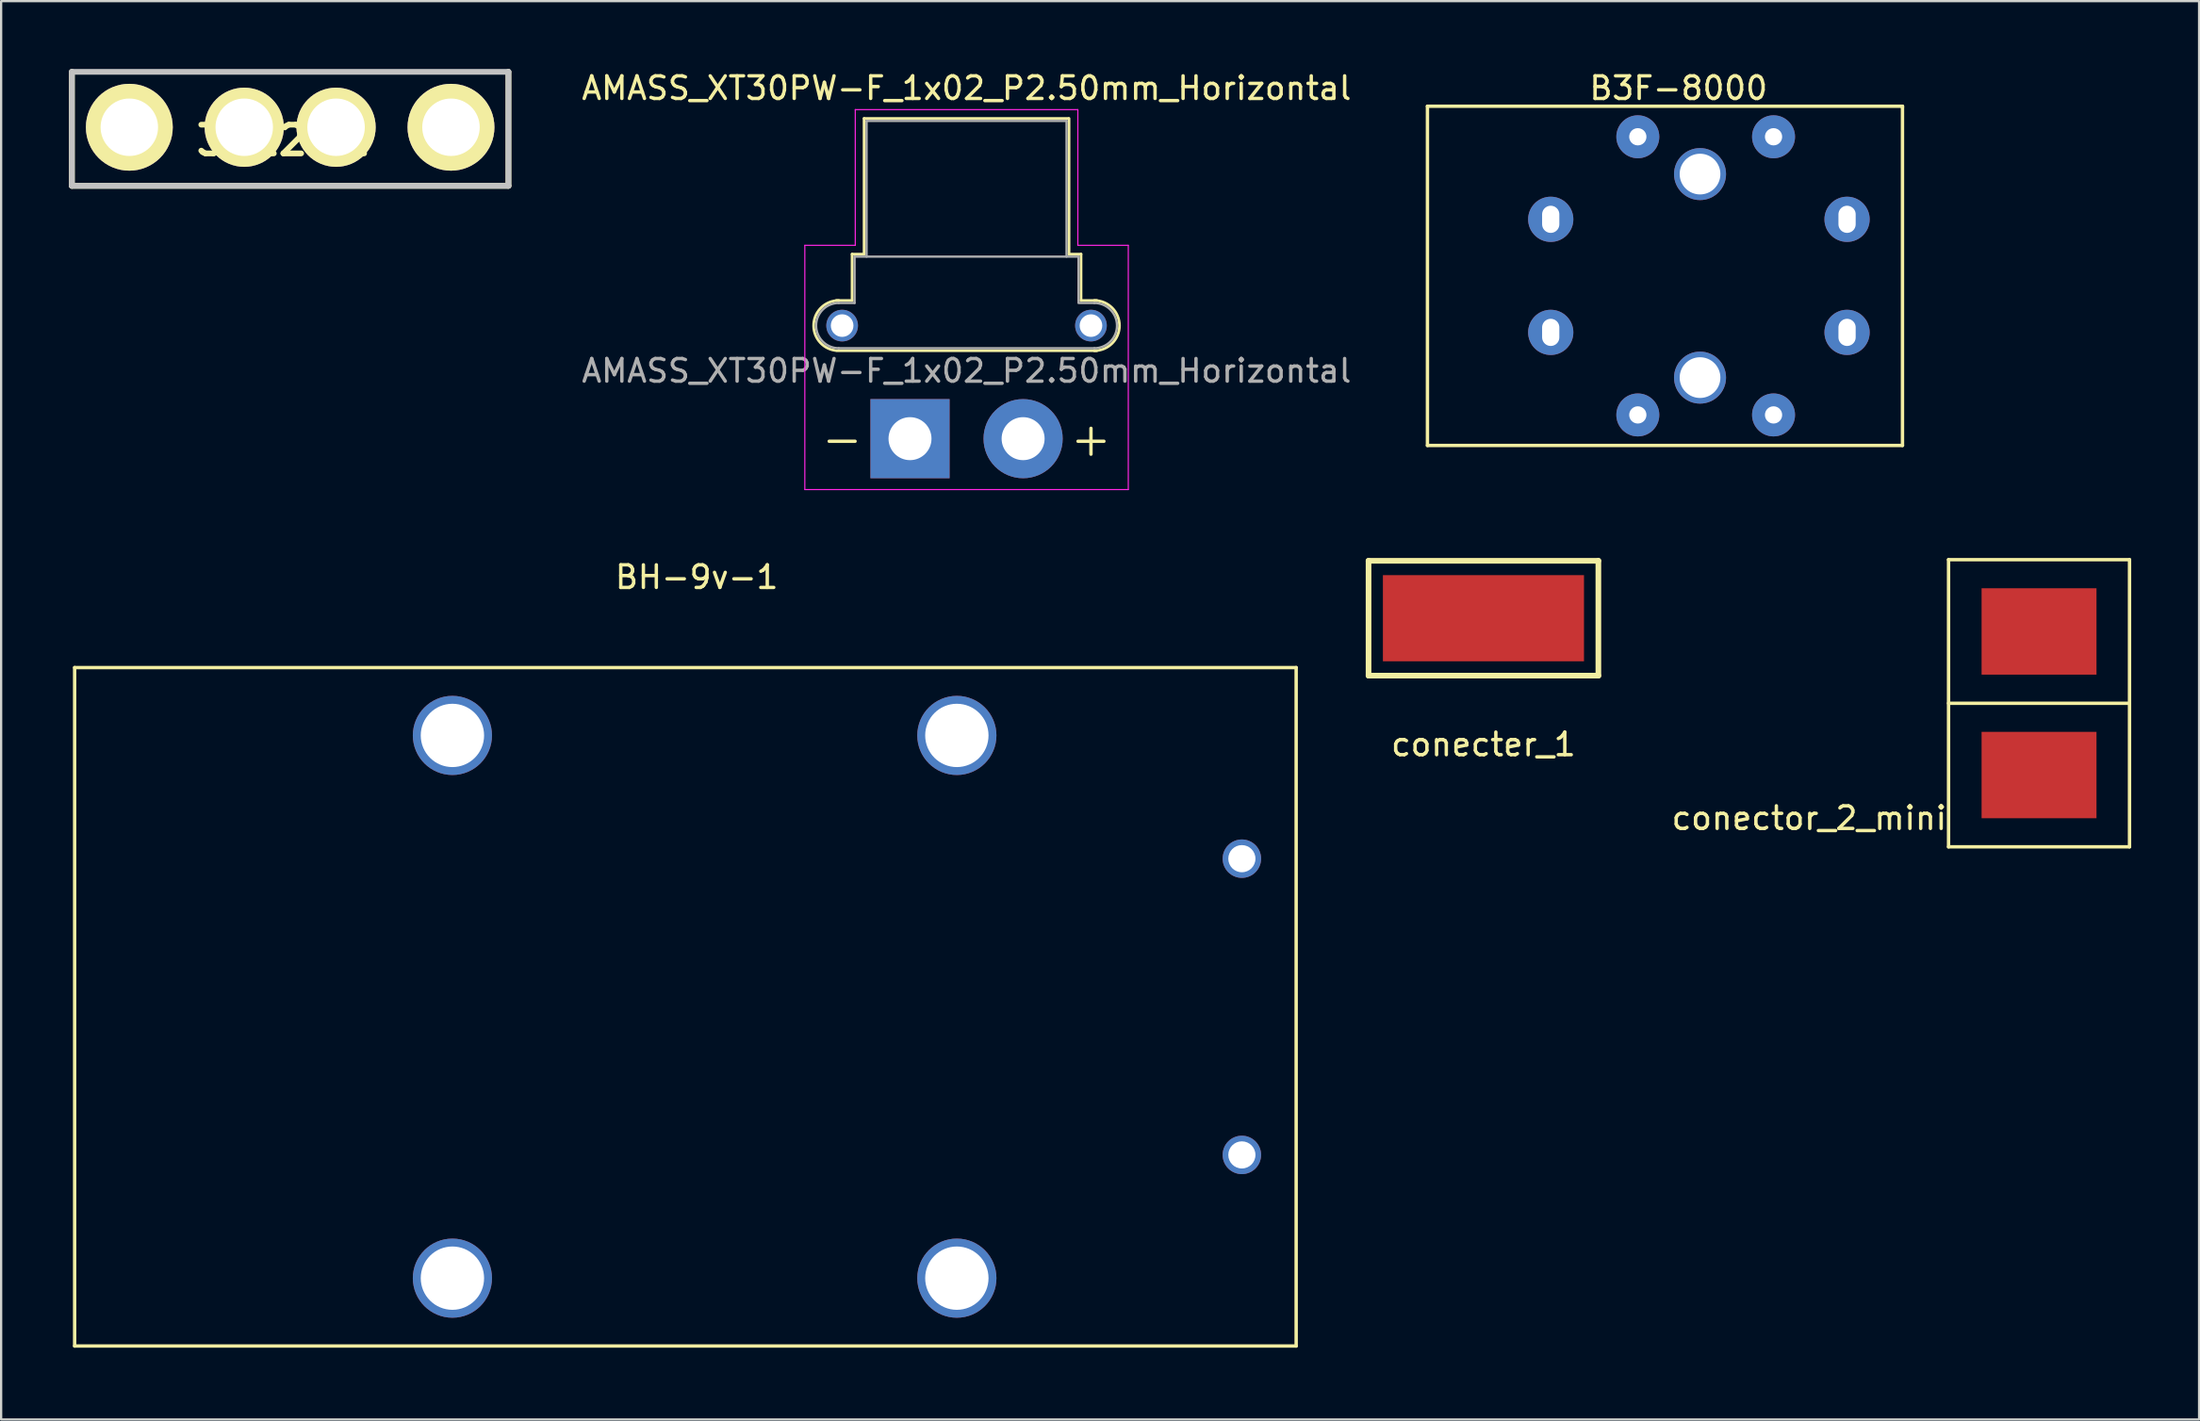
<source format=kicad_pcb>
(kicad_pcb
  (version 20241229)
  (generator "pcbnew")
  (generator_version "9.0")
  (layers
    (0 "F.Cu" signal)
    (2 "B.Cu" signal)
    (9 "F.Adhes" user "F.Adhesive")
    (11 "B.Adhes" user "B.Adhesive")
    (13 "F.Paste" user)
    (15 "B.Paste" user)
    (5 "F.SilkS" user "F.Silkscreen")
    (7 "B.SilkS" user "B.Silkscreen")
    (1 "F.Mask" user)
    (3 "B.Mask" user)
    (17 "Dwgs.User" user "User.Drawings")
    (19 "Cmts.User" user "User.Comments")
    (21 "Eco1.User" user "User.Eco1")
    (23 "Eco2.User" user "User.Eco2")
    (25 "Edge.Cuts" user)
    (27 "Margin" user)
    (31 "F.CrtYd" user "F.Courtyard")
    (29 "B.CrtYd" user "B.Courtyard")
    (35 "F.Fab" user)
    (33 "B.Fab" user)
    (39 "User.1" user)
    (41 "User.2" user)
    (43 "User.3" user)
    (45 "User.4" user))
  (footprint "AMASS_XT30PW-F_1x02_P2.50mm_Horizontal"
    (layer "F.Cu")
    (at 37.179 16.348)
    (property "Reference" "AMASS_XT30PW-F_1x02_P2.50mm_Horizontal" (at 2.5 -15.5 0) (layer "F.SilkS") (effects (font (size 1 1) (thickness 0.15))))
    (attr through_hole)
    (fp_line (start -3.26 -6.11) (end -2.56 -6.11) (stroke (width 0.12) (type solid)) (layer "F.SilkS"))
    (fp_line (start -3.26 -3.89) (end 8.26 -3.89) (stroke (width 0.12) (type solid)) (layer "F.SilkS"))
    (fp_line (start -2.56 -8.16) (end -2.56 -6.11) (stroke (width 0.12) (type solid)) (layer "F.SilkS"))
    (fp_line (start -2.56 -8.16) (end -2.03 -8.16) (stroke (width 0.12) (type solid)) (layer "F.SilkS"))
    (fp_line (start -2.03 -14.16) (end -2.03 -8.16) (stroke (width 0.12) (type solid)) (layer "F.SilkS"))
    (fp_line (start -2.03 -14.16) (end 7 -14.16) (stroke (width 0.12) (type solid)) (layer "F.SilkS"))
    (fp_line (start 7.03 -14.16) (end 7.03 -8.16) (stroke (width 0.12) (type solid)) (layer "F.SilkS"))
    (fp_line (start 7.03 -8.16) (end 7.56 -8.16) (stroke (width 0.12) (type solid)) (layer "F.SilkS"))
    (fp_line (start 7.56 -8.16) (end 7.56 -6.11) (stroke (width 0.12) (type solid)) (layer "F.SilkS"))
    (fp_line (start 7.56 -6.11) (end 8.26 -6.11) (stroke (width 0.12) (type solid)) (layer "F.SilkS"))
    (fp_arc (start -3.321729 -3.903365) (mid -4.256653 -5.086124) (end -3.15 -6.11) (stroke (width 0.12) (type solid)) (layer "F.SilkS"))
    (fp_arc (start 8.15 -6.11) (mid 9.26 -5) (end 8.15 -3.89) (stroke (width 0.12) (type solid)) (layer "F.SilkS"))
    (fp_line (start -4.65 -8.55) (end -4.65 2.25) (stroke (width 0.05) (type solid)) (layer "F.CrtYd"))
    (fp_line (start -4.65 -8.55) (end -2.42 -8.55) (stroke (width 0.05) (type solid)) (layer "F.CrtYd"))
    (fp_line (start -4.65 2.25) (end 9.65 2.25) (stroke (width 0.05) (type solid)) (layer "F.CrtYd"))
    (fp_line (start -2.42 -14.55) (end -2.42 -8.55) (stroke (width 0.05) (type solid)) (layer "F.CrtYd"))
    (fp_line (start -2.42 -14.55) (end 7.42 -14.55) (stroke (width 0.05) (type solid)) (layer "F.CrtYd"))
    (fp_line (start 7.42 -14.55) (end 7.42 -8.55) (stroke (width 0.05) (type solid)) (layer "F.CrtYd"))
    (fp_line (start 7.42 -8.55) (end 9.65 -8.55) (stroke (width 0.05) (type solid)) (layer "F.CrtYd"))
    (fp_line (start 9.65 -8.55) (end 9.65 2.25) (stroke (width 0.05) (type solid)) (layer "F.CrtYd"))
    (fp_line (start -3.15 -6) (end -2.45 -6) (stroke (width 0.1) (type solid)) (layer "F.Fab"))
    (fp_line (start -3.15 -4) (end 8.15 -4) (stroke (width 0.1) (type solid)) (layer "F.Fab"))
    (fp_line (start -2.45 -8.05) (end -2.45 -6) (stroke (width 0.1) (type solid)) (layer "F.Fab"))
    (fp_line (start -2.45 -8.05) (end 7.45 -8.05) (stroke (width 0.1) (type solid)) (layer "F.Fab"))
    (fp_line (start -1.92 -14.05) (end -1.92 -8.05) (stroke (width 0.1) (type solid)) (layer "F.Fab"))
    (fp_line (start -1.92 -14.05) (end 6.92 -14.05) (stroke (width 0.1) (type solid)) (layer "F.Fab"))
    (fp_line (start 6.92 -14.05) (end 6.92 -8.05) (stroke (width 0.1) (type solid)) (layer "F.Fab"))
    (fp_line (start 7.45 -8.05) (end 7.45 -6.05) (stroke (width 0.1) (type solid)) (layer "F.Fab"))
    (fp_line (start 7.45 -6) (end 8.15 -6) (stroke (width 0.1) (type solid)) (layer "F.Fab"))
    (fp_arc (start -3.15 -4) (mid -4.15 -5) (end -3.15 -6) (stroke (width 0.1) (type solid)) (layer "F.Fab"))
    (fp_arc (start 8.15 -6) (mid 9.15 -5) (end 8.15 -4) (stroke (width 0.1) (type solid)) (layer "F.Fab"))
    (fp_text user "-" (at -3 0 0) (layer "F.SilkS") (effects (font (size 1.5 1.5) (thickness 0.15))))
    (fp_text user "+" (at 8 0 0) (layer "F.SilkS") (effects (font (size 1.5 1.5) (thickness 0.15))))
    (fp_text user "${REFERENCE}" (at 2.5 -3 0) (layer "F.Fab") (effects (font (size 1 1) (thickness 0.15))))
    (pad "" thru_hole circle (at -3 -5 90) (size 1.4 1.4) (drill 1) (layers "*.Cu" "*.Mask"))
    (pad "" thru_hole circle (at 8 -5) (size 1.4 1.4) (drill 1) (layers "*.Cu" "*.Mask"))
    (pad "1" thru_hole rect (at 0 0) (size 3.5 3.5) (drill 1.9) (layers "*.Cu" "*.Mask"))
    (pad "2" thru_hole circle (at 5 0) (size 3.5 3.5) (drill 1.9) (layers "*.Cu" "*.Mask")))
  (footprint "conecter_1"
    (layer "F.Cu")
    (at 62.53 24.288)
    (property "Reference" "conecter_1" (at 0 5.58 0) (layer "F.SilkS") (effects (font (size 1 1) (thickness 0.15))))
    (attr through_hole)
    (fp_line (start -5.08 -2.54) (end -5.08 2.54) (stroke (width 0.25) (type solid)) (layer "F.SilkS"))
    (fp_line (start -5.08 2.54) (end 5.08 2.54) (stroke (width 0.25) (type solid)) (layer "F.SilkS"))
    (fp_line (start 5.08 -2.54) (end -5.08 -2.54) (stroke (width 0.25) (type solid)) (layer "F.SilkS"))
    (fp_line (start 5.08 2.54) (end 5.08 -2.54) (stroke (width 0.25) (type solid)) (layer "F.SilkS"))
    (pad "1" connect rect (at 0 0) (size 8.89 3.81) (layers "F.Cu" "F.Mask")))
  (footprint "3522-2"
    (layer "F.Cu")
    (at 9.777 0.727)
    (property "Reference" "3522-2" (at -0.3 2.432 0) (layer "F.SilkS") (effects (font (size 1.27 1.27) (thickness 0.254))))
    (attr through_hole)
    (fp_line (start -9.65 -0.6) (end -9.65 4.44) (stroke (width 0.254) (type solid)) (layer "F.SilkS"))
    (fp_line (start -9.65 4.44) (end 9.65 4.44) (stroke (width 0.254) (type solid)) (layer "F.SilkS"))
    (fp_line (start 9.65 4.44) (end 9.65 -0.6) (stroke (width 0.254) (type solid)) (layer "F.SilkS"))
    (fp_line (start -9.65 -0.6) (end 9.65 -0.6) (stroke (width 0.254) (type solid)) (layer "Dwgs.User"))
    (fp_line (start -9.65 4.44) (end -9.65 -0.6) (stroke (width 0.254) (type solid)) (layer "Dwgs.User"))
    (fp_line (start 9.65 -0.6) (end 9.65 4.44) (stroke (width 0.254) (type solid)) (layer "Dwgs.User"))
    (fp_line (start 9.65 4.44) (end -9.65 4.44) (stroke (width 0.254) (type solid)) (layer "Dwgs.User"))
    (pad "1" thru_hole circle (at -7.11 1.85 90) (size 3.84 3.84) (drill 2.54) (layers "*.Cu" "*.Mask" "F.SilkS"))
    (pad "2" thru_hole circle (at -2.03 1.85 90) (size 3.5 3.5) (drill 2.54) (layers "*.Cu" "*.Mask" "F.SilkS"))
    (pad "3" thru_hole circle (at 2.03 1.85 90) (size 3.5 3.5) (drill 2.54) (layers "*.Cu" "*.Mask" "F.SilkS"))
    (pad "4" thru_hole circle (at 7.11 1.85 90) (size 3.84 3.84) (drill 2.54) (layers "*.Cu" "*.Mask" "F.SilkS")))
  (footprint "BH-9v-1"
    (layer "F.Cu")
    (at 0.25 56.471)
    (property "Reference" "BH-9v-1" (at 27.5 -34 0) (layer "F.SilkS") (effects (font (size 1 1) (thickness 0.15))))
    (attr through_hole)
    (fp_line (start 0 -30) (end 0 0) (stroke (width 0.15) (type solid)) (layer "F.SilkS"))
    (fp_line (start 0 0) (end 54 0) (stroke (width 0.15) (type solid)) (layer "F.SilkS"))
    (fp_line (start 54 -30) (end 0 -30) (stroke (width 0.15) (type solid)) (layer "F.SilkS"))
    (fp_line (start 54 0) (end 54 -30) (stroke (width 0.15) (type solid)) (layer "F.SilkS"))
    (pad "" np_thru_hole circle (at 16.7 -27) (size 3.5 3.5) (drill 2.8) (layers "*.Cu" "*.Mask"))
    (pad "" np_thru_hole circle (at 16.7 -3) (size 3.5 3.5) (drill 2.8) (layers "*.Cu" "*.Mask"))
    (pad "" np_thru_hole circle (at 39 -27) (size 3.5 3.5) (drill 2.8) (layers "*.Cu" "*.Mask"))
    (pad "" np_thru_hole circle (at 39 -3) (size 3.5 3.5) (drill 2.8) (layers "*.Cu" "*.Mask"))
    (pad "1" thru_hole circle (at 51.6 -8.45) (size 1.7 1.7) (drill 1.2) (layers "*.Cu" "*.Mask"))
    (pad "2" thru_hole circle (at 51.6 -21.55) (size 1.7 1.7) (drill 1.2) (layers "*.Cu" "*.Mask")))
  (footprint "conector_2_mini"
    (layer "F.Cu")
    (at 87.091 28.048)
    (property "Reference" "conector_2_mini" (at -10.16 5.08 0) (layer "F.SilkS") (effects (font (size 1 1) (thickness 0.15))))
    (attr through_hole)
    (fp_line (start -4 -6.35) (end -4 6.35) (stroke (width 0.15) (type solid)) (layer "F.SilkS"))
    (fp_line (start -4 -6.35) (end 4 -6.35) (stroke (width 0.15) (type solid)) (layer "F.SilkS"))
    (fp_line (start -4 0) (end 4 0) (stroke (width 0.15) (type solid)) (layer "F.SilkS"))
    (fp_line (start -4 6.35) (end 4 6.35) (stroke (width 0.15) (type solid)) (layer "F.SilkS"))
    (fp_line (start 4 -6.35) (end 4 6.35) (stroke (width 0.15) (type solid)) (layer "F.SilkS"))
    (pad "1" connect rect (at 0 -3.175) (size 5.08 3.82) (layers "F.Cu" "F.Mask"))
    (pad "2" connect rect (at 0 3.175) (size 5.08 3.82) (layers "F.Cu" "F.Mask")))
  (footprint "B3F-8000"
    (layer "F.Cu")
    (at 60.054 1.648)
    (property "Reference" "B3F-8000" (at 11.1 -0.8 0) (layer "F.SilkS") (effects (font (size 1 1) (thickness 0.15))))
    (attr through_hole)
    (fp_line (start 0 0) (end 21 0) (stroke (width 0.15) (type solid)) (layer "F.SilkS"))
    (fp_line (start 0 15) (end 0 0) (stroke (width 0.15) (type solid)) (layer "F.SilkS"))
    (fp_line (start 21 0) (end 21 0.05) (stroke (width 0.15) (type solid)) (layer "F.SilkS"))
    (fp_line (start 21 0.05) (end 21 15) (stroke (width 0.15) (type solid)) (layer "F.SilkS"))
    (fp_line (start 21 15) (end 0 15) (stroke (width 0.15) (type solid)) (layer "F.SilkS"))
    (pad "" np_thru_hole circle (at 9.3 1.35) (size 1.9 1.9) (drill 0.762) (layers "*.Cu" "*.Mask"))
    (pad "" np_thru_hole circle (at 9.3 13.65) (size 1.9 1.9) (drill 0.762) (layers "*.Cu" "*.Mask"))
    (pad "" np_thru_hole circle (at 12.05 3) (size 2.3 2.3) (drill 1.8) (layers "*.Cu" "*.Mask"))
    (pad "" np_thru_hole circle (at 12.05 12) (size 2.3 2.3) (drill 1.8) (layers "*.Cu" "*.Mask"))
    (pad "" np_thru_hole circle (at 15.3 1.35) (size 1.9 1.9) (drill 0.762) (layers "*.Cu" "*.Mask"))
    (pad "" np_thru_hole circle (at 15.3 13.65) (size 1.9 1.9) (drill 0.762) (layers "*.Cu" "*.Mask"))
    (pad "1" thru_hole circle (at 18.55 10 90) (size 2 2) (drill oval 1.2 0.762) (layers "*.Cu" "*.Mask"))
    (pad "2" thru_hole circle (at 5.45 10 90) (size 2 2) (drill oval 1.2 0.762) (layers "*.Cu" "*.Mask"))
    (pad "3" thru_hole circle (at 18.55 5 90) (size 2 2) (drill oval 1.2 0.762) (layers "*.Cu" "*.Mask"))
    (pad "4" thru_hole circle (at 5.45 5 90) (size 2 2) (drill oval 1.2 0.762) (layers "*.Cu" "*.Mask")))
  (gr_rect
    (start -3 -3)
    (end 94.166 59.721)
    (stroke (width 0.1) (type default))
    (fill no)
    (layer "Edge.Cuts")))
</source>
